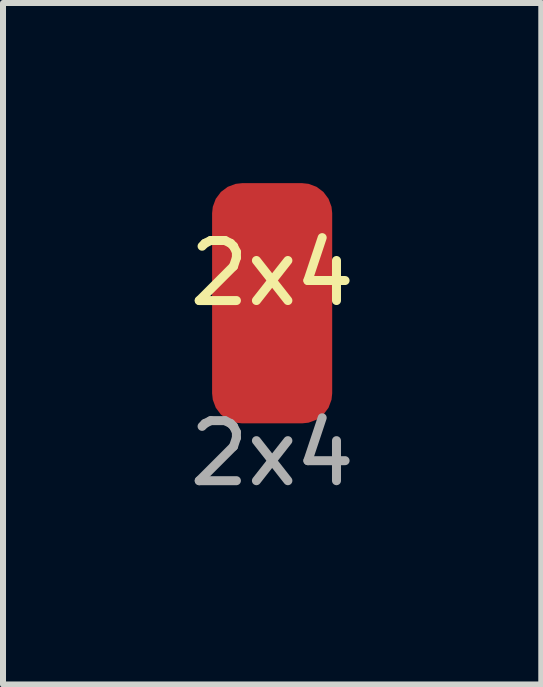
<source format=kicad_pcb>
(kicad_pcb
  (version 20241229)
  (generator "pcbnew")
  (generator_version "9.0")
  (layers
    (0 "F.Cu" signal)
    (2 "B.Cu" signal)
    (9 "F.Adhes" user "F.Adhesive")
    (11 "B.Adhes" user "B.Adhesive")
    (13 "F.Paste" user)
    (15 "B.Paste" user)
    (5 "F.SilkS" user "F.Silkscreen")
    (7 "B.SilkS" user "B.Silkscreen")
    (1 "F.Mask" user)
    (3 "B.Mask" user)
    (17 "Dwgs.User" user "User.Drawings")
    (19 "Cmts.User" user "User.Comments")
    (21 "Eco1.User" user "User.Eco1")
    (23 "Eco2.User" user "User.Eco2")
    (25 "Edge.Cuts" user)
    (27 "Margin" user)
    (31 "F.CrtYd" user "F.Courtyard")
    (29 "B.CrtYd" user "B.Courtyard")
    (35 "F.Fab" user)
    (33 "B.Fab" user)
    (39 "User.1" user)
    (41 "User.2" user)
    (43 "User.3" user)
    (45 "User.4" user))
  (footprint "2x4"
    (layer "F.Cu")
    (at 1.482 2)
    (property "Reference" "2x4" (at 0 -0.5 0) (unlocked yes) (layer "F.SilkS") (effects (font (size 1 1) (thickness 0.15))))
    (attr smd)
    (fp_text user "${REFERENCE}" (at 0 2.5 0) (unlocked yes) (layer "F.Fab") (effects (font (size 1 1) (thickness 0.15))))
    (pad "1" smd roundrect (at 0 0) (size 2 4) (layers "F.Cu" "F.Mask") (roundrect_rratio 0.25)))
  (gr_rect
    (start -3 -3)
    (end 5.964 8.348)
    (stroke (width 0.1) (type default))
    (fill no)
    (layer "Edge.Cuts")))
</source>
